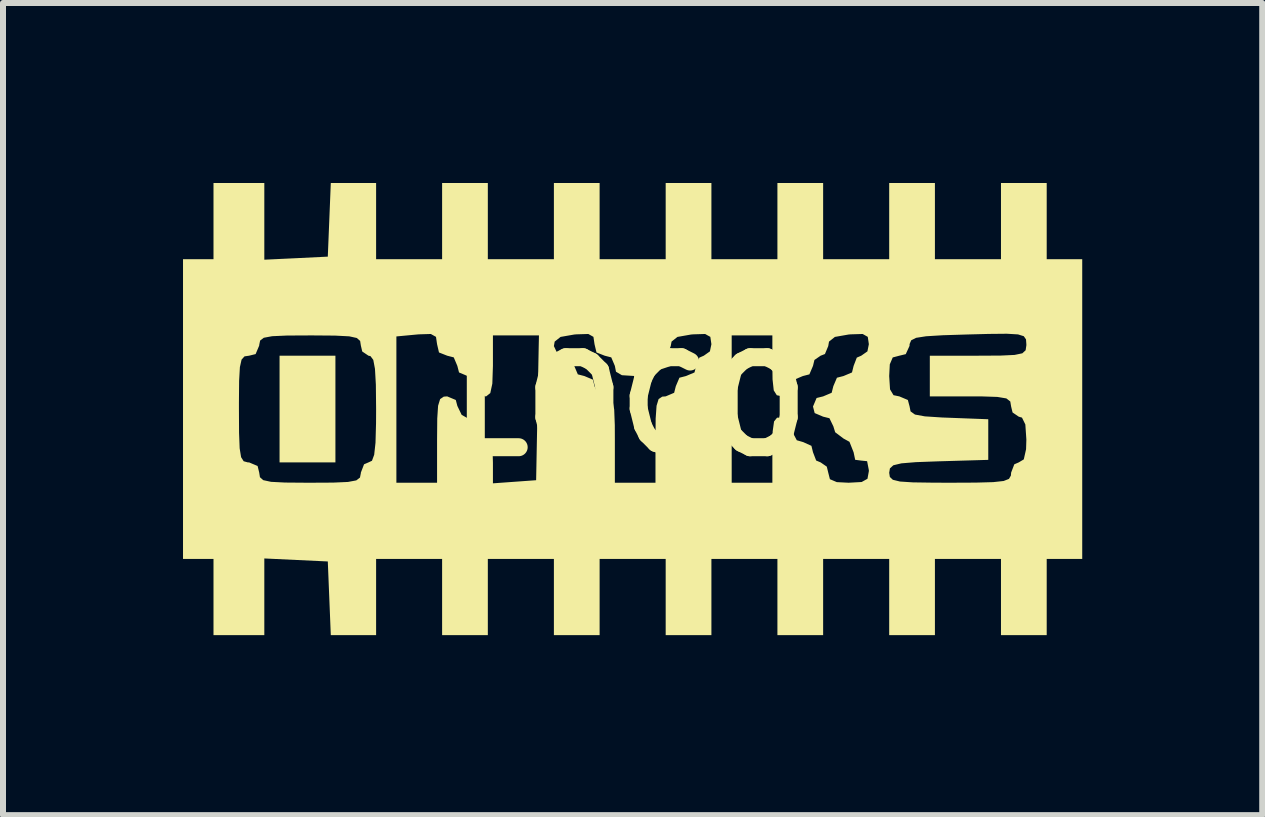
<source format=kicad_pcb>
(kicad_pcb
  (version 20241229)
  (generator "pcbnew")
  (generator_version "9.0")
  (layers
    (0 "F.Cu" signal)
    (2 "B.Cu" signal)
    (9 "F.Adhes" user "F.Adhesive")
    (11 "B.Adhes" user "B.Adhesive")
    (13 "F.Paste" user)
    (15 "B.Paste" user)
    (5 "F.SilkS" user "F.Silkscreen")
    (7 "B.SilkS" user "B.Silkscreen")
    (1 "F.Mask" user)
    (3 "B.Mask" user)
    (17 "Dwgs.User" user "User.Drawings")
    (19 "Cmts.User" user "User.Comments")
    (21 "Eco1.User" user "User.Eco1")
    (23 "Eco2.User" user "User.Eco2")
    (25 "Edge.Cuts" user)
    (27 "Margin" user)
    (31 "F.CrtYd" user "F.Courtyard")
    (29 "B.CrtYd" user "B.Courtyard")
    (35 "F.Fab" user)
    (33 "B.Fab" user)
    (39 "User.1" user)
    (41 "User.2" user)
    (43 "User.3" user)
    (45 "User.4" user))
  (footprint "LOGO"
    (layer "F.Cu")
    (at 7.451 3.725)
    (property "Reference" "LOGO" (at 0 0 0) (layer "F.SilkS") (effects (font (size 1.5 1.5) (thickness 0.3))))
    (attr board_only exclude_from_pos_files exclude_from_bom)
    (fp_poly (pts (xy -4.911 0.042) (xy -4.911 0.931) (xy -5.376 0.931) (xy -5.842 0.931) (xy -5.842 0.042) (xy -5.842 -0.847) (xy -5.376 -0.847) (xy -4.911 -0.847)) (stroke (width 0) (type solid)) (fill yes) (layer "F.SilkS"))
    (fp_poly (pts (xy -6.096 -3.086) (xy -6.096 -2.447) (xy -5.567 -2.472) (xy -5.038 -2.498) (xy -5.013 -3.111) (xy -4.988 -3.725) (xy -4.611 -3.725) (xy -4.233 -3.725) (xy -4.233 -3.09) (xy -4.233 -2.455) (xy -3.683 -2.455) (xy -3.133 -2.455) (xy -3.133 -3.09) (xy -3.133 -3.725) (xy -2.752 -3.725) (xy -2.371 -3.725) (xy -2.371 -3.09) (xy -2.371 -2.455) (xy -1.82 -2.455) (xy -1.27 -2.455) (xy -1.27 -3.09) (xy -1.27 -3.725) (xy -0.889 -3.725) (xy -0.508 -3.725) (xy -0.508 -3.09) (xy -0.508 -2.455) (xy 0.042 -2.455) (xy 0.593 -2.455) (xy 0.593 -3.09) (xy 0.593 -3.725) (xy 0.974 -3.725) (xy 1.355 -3.725) (xy 1.355 -3.09) (xy 1.355 -2.455) (xy 1.905 -2.455) (xy 2.455 -2.455) (xy 2.455 -3.09) (xy 2.455 -3.725) (xy 2.836 -3.725) (xy 3.217 -3.725) (xy 3.217 -3.09) (xy 3.217 -2.455) (xy 3.768 -2.455) (xy 4.318 -2.455) (xy 4.318 -3.09) (xy 4.318 -3.725) (xy 4.699 -3.725) (xy 5.08 -3.725) (xy 5.08 -3.09) (xy 5.08 -2.455) (xy 5.63 -2.455) (xy 6.181 -2.455) (xy 6.181 -3.09) (xy 6.181 -3.725) (xy 6.562 -3.725) (xy 6.943 -3.725) (xy 6.943 -3.09) (xy 6.943 -2.455) (xy 7.239 -2.455) (xy 7.535 -2.455) (xy 7.535 0.042) (xy 7.535 2.54) (xy 7.239 2.54) (xy 6.943 2.54) (xy 6.943 3.175) (xy 6.943 3.81) (xy 6.562 3.81) (xy 6.181 3.81) (xy 6.181 3.175) (xy 6.181 2.54) (xy 5.63 2.54) (xy 5.08 2.54) (xy 5.08 3.175) (xy 5.08 3.81) (xy 4.699 3.81) (xy 4.318 3.81) (xy 4.318 3.175) (xy 4.318 2.54) (xy 3.768 2.54) (xy 3.217 2.54) (xy 3.217 3.175) (xy 3.217 3.81) (xy 2.836 3.81) (xy 2.455 3.81) (xy 2.455 3.175) (xy 2.455 2.54) (xy 1.905 2.54) (xy 1.355 2.54) (xy 1.355 3.175) (xy 1.355 3.81) (xy 0.974 3.81) (xy 0.593 3.81) (xy 0.593 3.175) (xy 0.593 2.54) (xy 0.042 2.54) (xy -0.508 2.54) (xy -0.508 3.175) (xy -0.508 3.81) (xy -0.889 3.81) (xy -1.27 3.81) (xy -1.27 3.175) (xy -1.27 2.54) (xy -1.82 2.54) (xy -2.371 2.54) (xy -2.371 3.175) (xy -2.371 3.81) (xy -2.752 3.81) (xy -3.133 3.81) (xy -3.133 3.175) (xy -3.133 2.54) (xy -3.683 2.54) (xy -4.233 2.54) (xy -4.233 3.175) (xy -4.233 3.81) (xy -4.611 3.81) (xy -4.988 3.81) (xy -5.013 3.196) (xy -5.038 2.582) (xy -5.567 2.557) (xy -6.096 2.532) (xy -6.096 3.171) (xy -6.096 3.81) (xy -6.519 3.81) (xy -6.943 3.81) (xy -6.943 3.175) (xy -6.943 2.54) (xy -7.197 2.54) (xy -7.451 2.54) (xy -7.451 0.042) (xy -6.519 0.042) (xy -6.517 0.439) (xy -6.507 0.696) (xy -6.483 0.844) (xy -6.44 0.912) (xy -6.371 0.931) (xy -6.35 0.931) (xy -6.208 0.991) (xy -6.181 1.101) (xy -6.169 1.178) (xy -6.114 1.227) (xy -5.984 1.255) (xy -5.75 1.267) (xy -5.379 1.27) (xy -5.334 1.27) (xy -4.949 1.268) (xy -4.702 1.257) (xy -4.563 1.231) (xy -4.502 1.184) (xy -4.487 1.11) (xy -4.487 1.101) (xy -4.434 0.963) (xy -4.36 0.931) (xy -4.302 0.904) (xy -4.265 0.804) (xy -4.243 0.604) (xy -4.234 0.277) (xy -4.233 0.042) (xy -4.237 -0.364) (xy -4.252 -0.628) (xy -4.28 -0.777) (xy -4.327 -0.84) (xy -4.36 -0.847) (xy -4.464 -0.917) (xy -4.487 -1.016) (xy -4.499 -1.093) (xy -4.554 -1.142) (xy -4.672 -1.168) (xy -3.895 -1.168) (xy -3.895 0.051) (xy -3.895 1.27) (xy -3.556 1.27) (xy -3.217 1.27) (xy -3.217 0.55) (xy -3.214 0.2) (xy -3.2 -0.013) (xy -3.166 -0.124) (xy -3.105 -0.165) (xy -3.048 -0.169) (xy -2.905 -0.109) (xy -2.879 -0.01) (xy -2.807 0.139) (xy -2.709 0.194) (xy -2.566 0.307) (xy -2.54 0.415) (xy -2.489 0.56) (xy -2.413 0.593) (xy -2.325 0.648) (xy -2.289 0.831) (xy -2.286 0.936) (xy -2.286 1.28) (xy -1.926 1.254) (xy -1.566 1.228) (xy -1.543 0.021) (xy -1.523 -1.007) (xy -1.27 -1.007) (xy -1.206 -0.872) (xy -1.101 -0.847) (xy -0.959 -0.787) (xy -0.931 -0.677) (xy -0.871 -0.536) (xy -0.762 -0.508) (xy -0.62 -0.448) (xy -0.593 -0.339) (xy -0.533 -0.197) (xy -0.423 -0.169) (xy -0.341 -0.156) (xy -0.291 -0.094) (xy -0.265 0.051) (xy -0.255 0.31) (xy -0.254 0.55) (xy -0.254 1.27) (xy 0.085 1.27) (xy 0.423 1.27) (xy 0.423 0.55) (xy 0.426 0.2) (xy 0.441 -0.013) (xy 0.475 -0.124) (xy 0.536 -0.165) (xy 0.593 -0.169) (xy 0.734 -0.229) (xy 0.762 -0.339) (xy 0.822 -0.48) (xy 0.931 -0.508) (xy 1.073 -0.568) (xy 1.101 -0.677) (xy 1.154 -0.815) (xy 1.228 -0.847) (xy 1.33 -0.919) (xy 1.355 -1.039) (xy 1.337 -1.161) (xy 1.293 -1.185) (xy 1.693 -1.185) (xy 1.693 0.042) (xy 1.693 1.27) (xy 2.032 1.27) (xy 2.371 1.27) (xy 2.371 0.713) (xy 2.376 0.414) (xy 2.399 0.249) (xy 2.449 0.186) (xy 2.519 0.185) (xy 2.647 0.282) (xy 2.694 0.403) (xy 2.778 0.562) (xy 2.885 0.593) (xy 3.022 0.655) (xy 3.048 0.762) (xy 3.101 0.9) (xy 3.175 0.931) (xy 3.278 1.002) (xy 3.302 1.101) (xy 3.33 1.211) (xy 3.445 1.26) (xy 3.641 1.27) (xy 3.859 1.258) (xy 3.956 1.204) (xy 3.979 1.077) (xy 3.979 1.061) (xy 3.95 0.911) (xy 3.852 0.901) (xy 3.751 0.888) (xy 3.725 0.763) (xy 3.656 0.588) (xy 3.556 0.533) (xy 3.418 0.429) (xy 3.387 0.329) (xy 3.322 0.195) (xy 3.217 0.169) (xy 3.076 0.109) (xy 3.048 0) (xy 3.108 -0.142) (xy 3.217 -0.169) (xy 3.359 -0.229) (xy 3.387 -0.339) (xy 3.447 -0.48) (xy 3.556 -0.508) (xy 4.318 -0.508) (xy 4.332 -0.286) (xy 4.39 -0.189) (xy 4.487 -0.169) (xy 4.629 -0.109) (xy 4.657 -0.004) (xy 4.674 0.081) (xy 4.748 0.134) (xy 4.913 0.164) (xy 5.204 0.183) (xy 5.313 0.187) (xy 5.969 0.212) (xy 5.969 0.55) (xy 5.969 0.889) (xy 5.144 0.913) (xy 4.763 0.927) (xy 4.521 0.947) (xy 4.387 0.979) (xy 4.33 1.031) (xy 4.318 1.104) (xy 4.329 1.174) (xy 4.379 1.221) (xy 4.498 1.25) (xy 4.712 1.264) (xy 5.051 1.269) (xy 5.334 1.27) (xy 5.763 1.268) (xy 6.051 1.26) (xy 6.225 1.241) (xy 6.314 1.206) (xy 6.346 1.151) (xy 6.35 1.101) (xy 6.403 0.963) (xy 6.477 0.931) (xy 6.561 0.881) (xy 6.599 0.712) (xy 6.604 0.55) (xy 6.587 0.299) (xy 6.531 0.185) (xy 6.477 0.169) (xy 6.374 0.099) (xy 6.35 0) (xy 6.336 -0.084) (xy 6.271 -0.135) (xy 6.121 -0.16) (xy 5.851 -0.169) (xy 5.673 -0.169) (xy 4.995 -0.169) (xy 4.995 -0.508) (xy 4.995 -0.847) (xy 5.8 -0.847) (xy 6.173 -0.849) (xy 6.408 -0.86) (xy 6.537 -0.887) (xy 6.592 -0.938) (xy 6.604 -1.021) (xy 6.604 -1.037) (xy 6.598 -1.119) (xy 6.561 -1.172) (xy 6.465 -1.202) (xy 6.279 -1.213) (xy 5.976 -1.21) (xy 5.63 -1.201) (xy 5.211 -1.188) (xy 4.933 -1.171) (xy 4.767 -1.145) (xy 4.685 -1.104) (xy 4.658 -1.042) (xy 4.657 -1.011) (xy 4.594 -0.873) (xy 4.487 -0.847) (xy 4.377 -0.818) (xy 4.328 -0.703) (xy 4.318 -0.508) (xy 3.556 -0.508) (xy 3.698 -0.568) (xy 3.725 -0.677) (xy 3.778 -0.815) (xy 3.852 -0.847) (xy 3.955 -0.919) (xy 3.979 -1.039) (xy 3.961 -1.161) (xy 3.876 -1.209) (xy 3.676 -1.203) (xy 3.641 -1.2) (xy 3.413 -1.16) (xy 3.315 -1.082) (xy 3.302 -1.007) (xy 3.247 -0.875) (xy 3.175 -0.847) (xy 3.072 -0.776) (xy 3.048 -0.677) (xy 2.988 -0.536) (xy 2.879 -0.508) (xy 2.737 -0.448) (xy 2.709 -0.339) (xy 2.649 -0.197) (xy 2.54 -0.169) (xy 2.445 -0.188) (xy 2.394 -0.269) (xy 2.374 -0.452) (xy 2.371 -0.677) (xy 2.371 -1.185) (xy 2.032 -1.185) (xy 1.693 -1.185) (xy 1.293 -1.185) (xy 1.251 -1.209) (xy 1.052 -1.203) (xy 1.016 -1.2) (xy 0.789 -1.16) (xy 0.691 -1.082) (xy 0.677 -1.007) (xy 0.622 -0.875) (xy 0.55 -0.847) (xy 0.447 -0.776) (xy 0.423 -0.677) (xy 0.395 -0.567) (xy 0.28 -0.518) (xy 0.085 -0.508) (xy -0.137 -0.522) (xy -0.235 -0.58) (xy -0.254 -0.677) (xy -0.314 -0.819) (xy -0.423 -0.847) (xy -0.56 -0.901) (xy -0.593 -1.039) (xy -0.611 -1.161) (xy -0.696 -1.209) (xy -0.896 -1.203) (xy -0.931 -1.2) (xy -1.159 -1.16) (xy -1.257 -1.082) (xy -1.27 -1.007) (xy -1.523 -1.007) (xy -1.519 -1.185) (xy -1.903 -1.185) (xy -2.286 -1.185) (xy -2.286 -0.677) (xy -2.296 -0.382) (xy -2.33 -0.224) (xy -2.398 -0.17) (xy -2.413 -0.169) (xy -2.516 -0.24) (xy -2.54 -0.339) (xy -2.6 -0.48) (xy -2.709 -0.508) (xy -2.851 -0.568) (xy -2.879 -0.677) (xy -2.939 -0.819) (xy -3.048 -0.847) (xy -3.185 -0.901) (xy -3.217 -1.039) (xy -3.235 -1.161) (xy -3.321 -1.209) (xy -3.52 -1.203) (xy -3.556 -1.2) (xy -3.895 -1.168) (xy -4.672 -1.168) (xy -4.684 -1.17) (xy -4.918 -1.182) (xy -5.289 -1.185) (xy -5.334 -1.185) (xy -5.719 -1.183) (xy -5.966 -1.172) (xy -6.105 -1.146) (xy -6.166 -1.099) (xy -6.181 -1.025) (xy -6.181 -1.016) (xy -6.241 -0.874) (xy -6.35 -0.847) (xy -6.426 -0.836) (xy -6.475 -0.782) (xy -6.503 -0.657) (xy -6.516 -0.429) (xy -6.519 -0.069) (xy -6.519 0.042) (xy -7.451 0.042) (xy -7.451 -2.455) (xy -7.197 -2.455) (xy -6.943 -2.455) (xy -6.943 -3.09) (xy -6.943 -3.725) (xy -6.519 -3.725) (xy -6.096 -3.725)) (stroke (width 0) (type solid)) (fill yes) (layer "F.SilkS")))
  (gr_rect
    (start -3 -3)
    (end 17.986 10.535)
    (stroke (width 0.1) (type default))
    (fill no)
    (layer "Edge.Cuts")))
</source>
